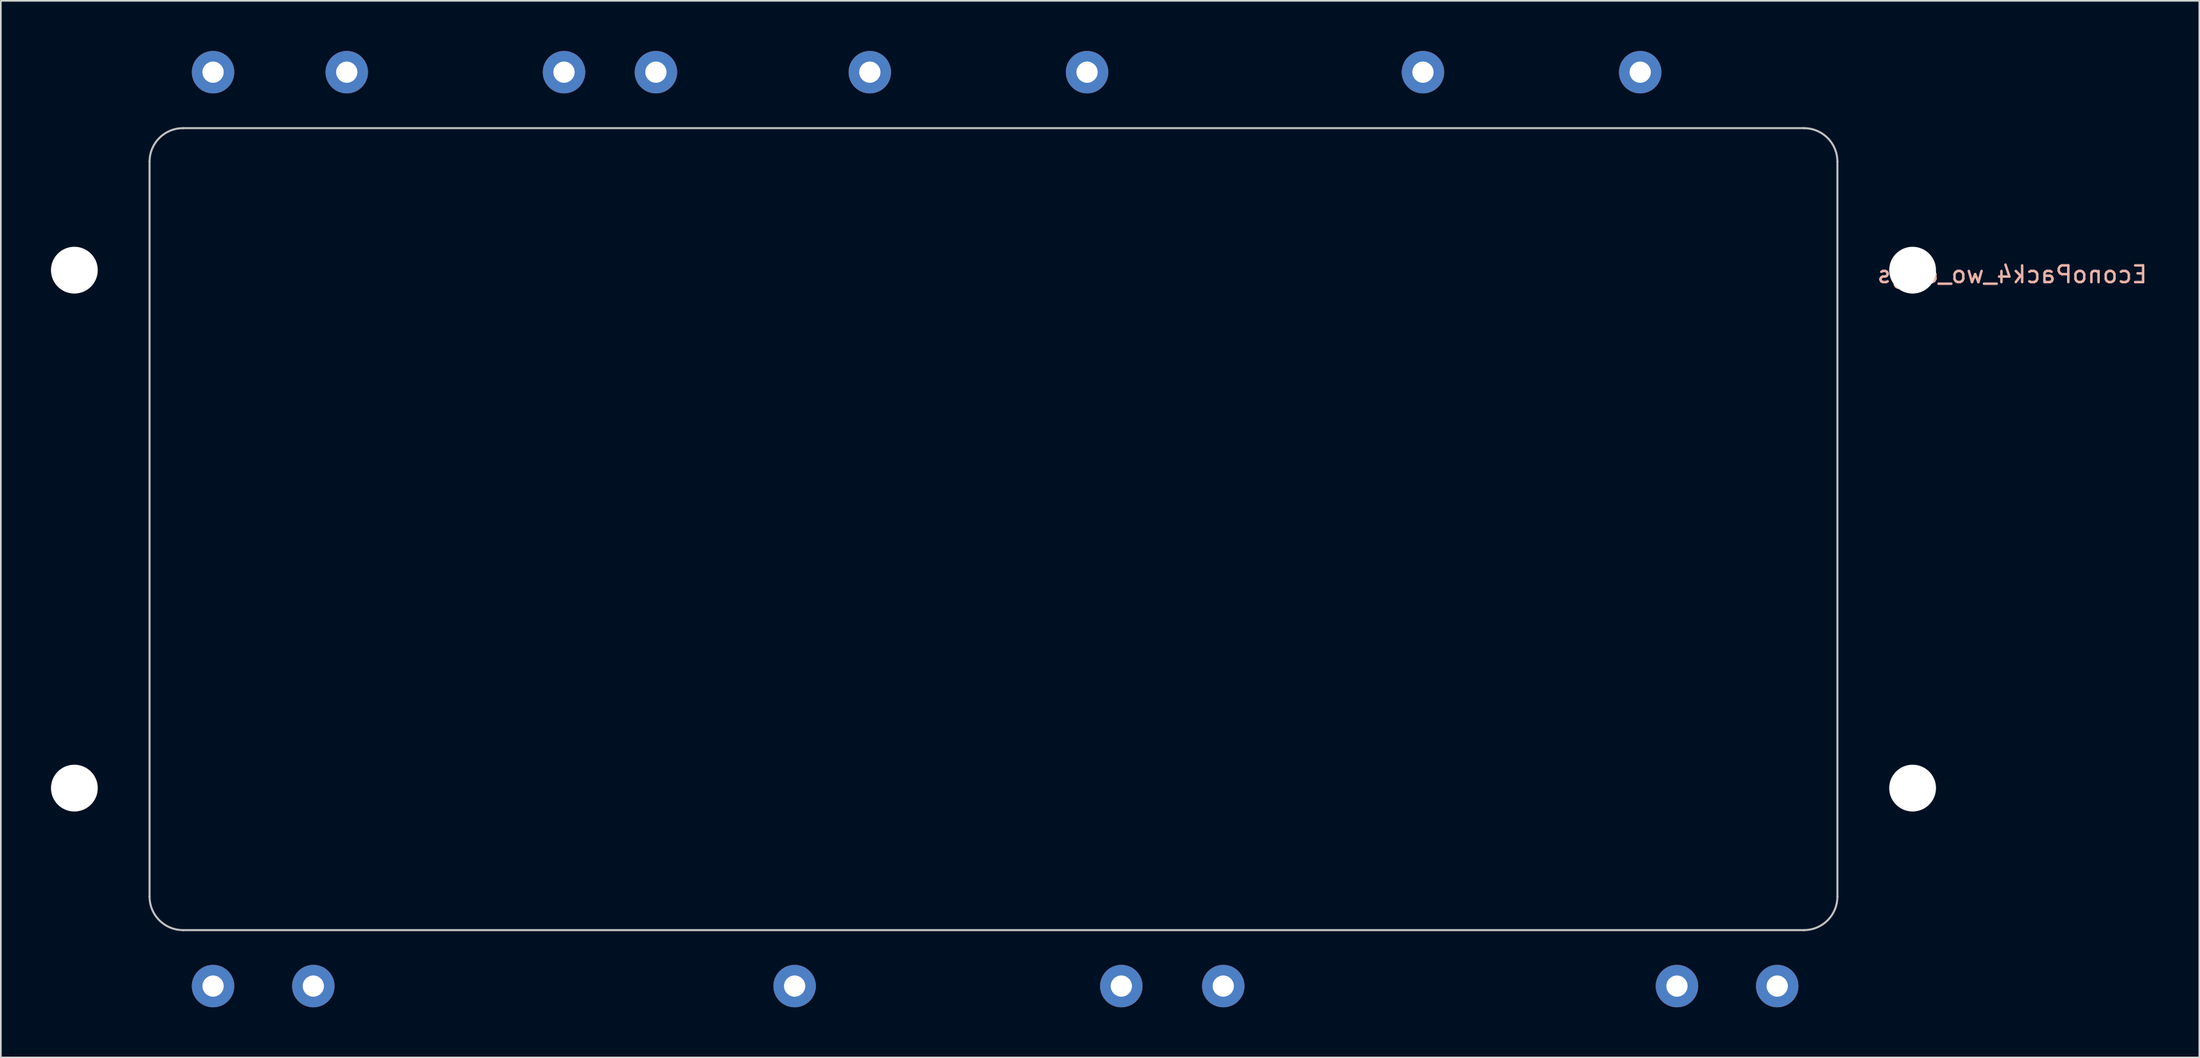
<source format=kicad_pcb>
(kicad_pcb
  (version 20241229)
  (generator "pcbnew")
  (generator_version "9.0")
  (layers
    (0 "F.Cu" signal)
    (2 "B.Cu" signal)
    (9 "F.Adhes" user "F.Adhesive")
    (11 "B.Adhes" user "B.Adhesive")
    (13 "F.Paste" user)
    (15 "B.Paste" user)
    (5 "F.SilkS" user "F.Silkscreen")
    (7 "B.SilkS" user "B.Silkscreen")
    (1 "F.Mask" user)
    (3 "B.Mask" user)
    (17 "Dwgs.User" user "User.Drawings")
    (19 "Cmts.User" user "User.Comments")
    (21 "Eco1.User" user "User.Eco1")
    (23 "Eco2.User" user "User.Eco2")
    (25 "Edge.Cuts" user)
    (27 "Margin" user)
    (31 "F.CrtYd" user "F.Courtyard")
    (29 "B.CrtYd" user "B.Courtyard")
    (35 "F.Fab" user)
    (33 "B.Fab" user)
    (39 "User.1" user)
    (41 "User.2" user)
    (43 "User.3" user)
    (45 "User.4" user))
  (footprint "EconoPack4_wo_dwgs"
    (layer "F.Cu")
    (at 56.4 28.62)
    (property "Reference" "EconoPack4_wo_dwgs" (at 60.96 -15.24 0) (layer "B.SilkS") (effects (font (size 1 1) (thickness 0.15)) (justify mirror)))
    (attr through_hole)
    (fp_line (start -50.5 22) (end -50.5 -22) (stroke (width 0.12) (type solid)) (layer "Dwgs.User"))
    (fp_line (start -48.5 -24) (end 48.5 -24) (stroke (width 0.12) (type solid)) (layer "Dwgs.User"))
    (fp_line (start 48.5 24) (end -48.5 24) (stroke (width 0.12) (type solid)) (layer "Dwgs.User"))
    (fp_line (start 50.5 -22) (end 50.5 22) (stroke (width 0.12) (type solid)) (layer "Dwgs.User"))
    (fp_arc (start -50.5 -22) (mid -49.914214 -23.414214) (end -48.5 -24) (stroke (width 0.12) (type solid)) (layer "Dwgs.User"))
    (fp_arc (start -48.5 24) (mid -49.914214 23.414214) (end -50.5 22) (stroke (width 0.12) (type solid)) (layer "Dwgs.User"))
    (fp_arc (start 48.5 -24) (mid 49.914214 -23.414214) (end 50.5 -22) (stroke (width 0.12) (type solid)) (layer "Dwgs.User"))
    (fp_arc (start 50.5 22) (mid 49.914214 23.414214) (end 48.5 24) (stroke (width 0.12) (type solid)) (layer "Dwgs.User"))
    (pad "" np_thru_hole circle (at -55 -15.5) (size 2.8 2.8) (drill 2.8) (layers "*.Cu" "*.Mask"))
    (pad "" np_thru_hole circle (at -55 15.5) (size 2.8 2.8) (drill 2.8) (layers "*.Cu" "*.Mask"))
    (pad "" np_thru_hole circle (at 55 -15.5) (size 2.8 2.8) (drill 2.8) (layers "*.Cu" "*.Mask"))
    (pad "" np_thru_hole circle (at 55 15.5) (size 2.8 2.8) (drill 2.8) (layers "*.Cu" "*.Mask"))
    (pad "6" thru_hole circle (at -46.7 27.35) (size 2.54 2.54) (drill 1.27) (layers "*.Cu" "*.Mask"))
    (pad "7" thru_hole circle (at -40.7 27.35) (size 2.54 2.54) (drill 1.27) (layers "*.Cu" "*.Mask"))
    (pad "8" thru_hole circle (at -11.9 27.35) (size 2.54 2.54) (drill 1.27) (layers "*.Cu" "*.Mask"))
    (pad "9" thru_hole circle (at 7.65 27.35) (size 2.54 2.54) (drill 1.27) (layers "*.Cu" "*.Mask"))
    (pad "10" thru_hole circle (at 13.75 27.35) (size 2.54 2.54) (drill 1.27) (layers "*.Cu" "*.Mask"))
    (pad "11" thru_hole circle (at 40.9 27.35) (size 2.54 2.54) (drill 1.27) (layers "*.Cu" "*.Mask"))
    (pad "12" thru_hole circle (at 46.9 27.35) (size 2.54 2.54) (drill 1.27) (layers "*.Cu" "*.Mask"))
    (pad "13" thru_hole circle (at 38.7 -27.35) (size 2.54 2.54) (drill 1.27) (layers "*.Cu" "*.Mask"))
    (pad "14" thru_hole circle (at 25.7 -27.35) (size 2.54 2.54) (drill 1.27) (layers "*.Cu" "*.Mask"))
    (pad "15" thru_hole circle (at 5.6 -27.35) (size 2.54 2.54) (drill 1.27) (layers "*.Cu" "*.Mask"))
    (pad "16" thru_hole circle (at -7.4 -27.35) (size 2.54 2.54) (drill 1.27) (layers "*.Cu" "*.Mask"))
    (pad "17" thru_hole circle (at -20.2 -27.35) (size 2.54 2.54) (drill 1.27) (layers "*.Cu" "*.Mask"))
    (pad "18" thru_hole circle (at -25.7 -27.35) (size 2.54 2.54) (drill 1.27) (layers "*.Cu" "*.Mask"))
    (pad "19" thru_hole circle (at -38.7 -27.35) (size 2.54 2.54) (drill 1.27) (layers "*.Cu" "*.Mask"))
    (pad "20" thru_hole circle (at -46.7 -27.35) (size 2.54 2.54) (drill 1.27) (layers "*.Cu" "*.Mask")))
  (gr_rect
    (start -3 -3)
    (end 128.556 60.24)
    (stroke (width 0.1) (type default))
    (fill no)
    (layer "Edge.Cuts")))
</source>
